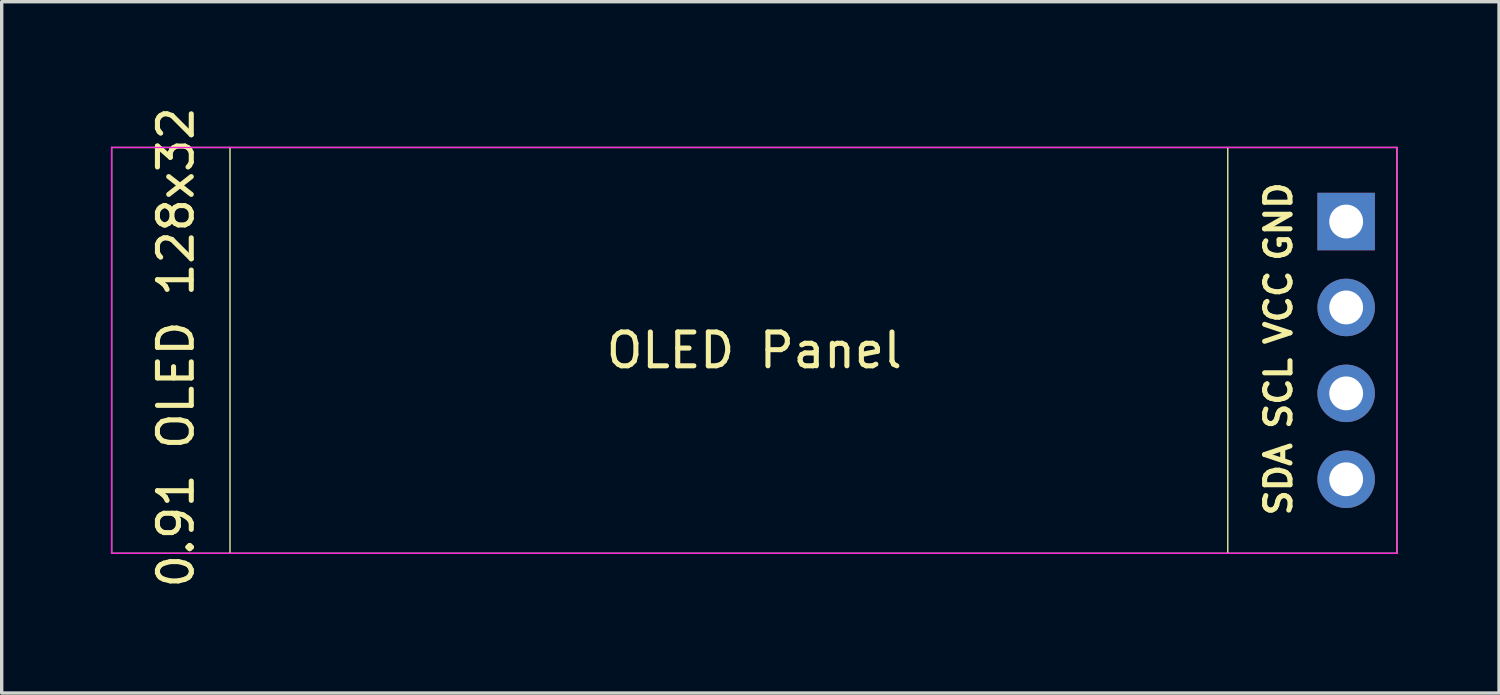
<source format=kicad_pcb>
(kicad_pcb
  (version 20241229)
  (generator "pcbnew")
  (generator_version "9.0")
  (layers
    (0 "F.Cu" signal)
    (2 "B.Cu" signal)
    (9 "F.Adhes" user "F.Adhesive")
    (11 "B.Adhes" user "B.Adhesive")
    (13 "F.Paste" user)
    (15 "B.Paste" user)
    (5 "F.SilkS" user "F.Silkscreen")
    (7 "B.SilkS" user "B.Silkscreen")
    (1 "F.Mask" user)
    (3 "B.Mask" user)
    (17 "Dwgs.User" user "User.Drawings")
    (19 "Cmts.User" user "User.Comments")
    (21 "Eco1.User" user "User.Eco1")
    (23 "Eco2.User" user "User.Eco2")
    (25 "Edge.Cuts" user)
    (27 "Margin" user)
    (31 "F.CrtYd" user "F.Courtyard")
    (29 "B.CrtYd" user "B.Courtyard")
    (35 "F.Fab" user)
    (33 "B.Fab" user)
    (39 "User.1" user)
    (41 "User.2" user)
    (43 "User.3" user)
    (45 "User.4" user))
  (footprint "0.91 OLED 128x32"
    (layer "F.Cu")
    (at 0.25 1.31)
    (property "Reference" "0.91 OLED 128x32" (at 1.9 5.91 90) (layer "F.SilkS") (effects (font (size 1 1) (thickness 0.15))))
    (attr through_hole)
    (fp_line (start 0 0) (end 0 12) (stroke (width 0.04) (type solid)) (layer "F.SilkS"))
    (fp_line (start 0 12) (end 38 12) (stroke (width 0.04) (type solid)) (layer "F.SilkS"))
    (fp_line (start 3.5 0) (end 3.5 12) (stroke (width 0.04) (type solid)) (layer "F.SilkS"))
    (fp_line (start 33 0) (end 33 12) (stroke (width 0.04) (type solid)) (layer "F.SilkS"))
    (fp_line (start 38 0) (end 0 0) (stroke (width 0.04) (type solid)) (layer "F.SilkS"))
    (fp_line (start 38 12) (end 38 0) (stroke (width 0.04) (type solid)) (layer "F.SilkS"))
    (fp_line (start 0 0) (end 0 12) (stroke (width 0.04) (type solid)) (layer "F.CrtYd"))
    (fp_line (start 0 12) (end 38 12) (stroke (width 0.04) (type solid)) (layer "F.CrtYd"))
    (fp_line (start 38 0) (end 0 0) (stroke (width 0.04) (type solid)) (layer "F.CrtYd"))
    (fp_line (start 38 12) (end 38 0) (stroke (width 0.04) (type solid)) (layer "F.CrtYd"))
    (fp_text user "OLED Panel" (at 19 6 0) (layer "F.SilkS") (effects (font (size 1 1) (thickness 0.15))))
    (fp_text user "VCC" (at 34.5 4.73 270) (layer "F.SilkS") (effects (font (size 0.75 0.75) (thickness 0.15))))
    (fp_text user "SCL" (at 34.5 7.27 270) (layer "F.SilkS") (effects (font (size 0.75 0.75) (thickness 0.15))))
    (fp_text user "SDA" (at 34.5 9.81 270) (layer "F.SilkS") (effects (font (size 0.75 0.75) (thickness 0.15))))
    (fp_text user "GND" (at 34.5 2.19 270) (layer "F.SilkS") (effects (font (size 0.75 0.75) (thickness 0.15))))
    (pad "1" thru_hole rect (at 36.5 2.19) (size 1.7 1.7) (drill 1) (layers "*.Cu" "*.Mask"))
    (pad "2" thru_hole oval (at 36.5 4.73) (size 1.7 1.7) (drill 1) (layers "*.Cu" "*.Mask"))
    (pad "3" thru_hole oval (at 36.5 7.27) (size 1.7 1.7) (drill 1) (layers "*.Cu" "*.Mask"))
    (pad "4" thru_hole oval (at 36.5 9.81) (size 1.7 1.7) (drill 1) (layers "*.Cu" "*.Mask")))
  (gr_rect
    (start -3 -3)
    (end 41.27 17.44)
    (stroke (width 0.1) (type default))
    (fill no)
    (layer "Edge.Cuts")))
</source>
